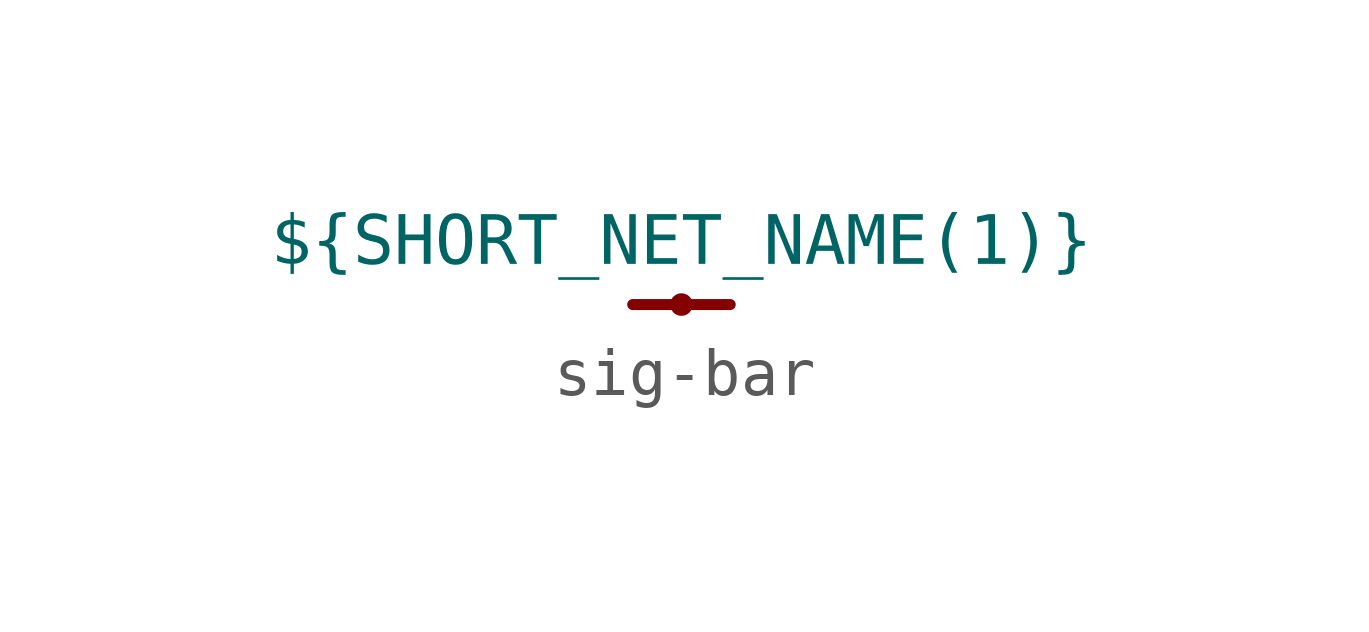
<source format=kicad_sym>
(kicad_symbol_lib
  (version 20241209)
  (generator "kicad_symbol_editor")
  (generator_version "9.0")
  (symbol "sig-bar"
    (pin_numbers
      (hide yes))
    (pin_names
      (hide yes))
    (property "Reference" "#sig"
      (at 0 0 0)
      (effects (font (size 1.27 1.27)) (hide yes)))
    (property "Value" "${SHORT_NET_NAME(1)}"
      (at 0 1.27 0)
      (do_not_autoplace)
      (effects (font (face "Consolas") (size 1.016 1.016) (italic yes))))
    (symbol "sig-bar_0_1"
      (circle (center 0 0) (radius 0.159) (stroke (width 0) (type default)) (fill (type none))))
    (symbol "sig-bar_1_1"
      (polyline (pts (xy 1.016 0) (xy -1.016 0)) (stroke (width 0.229) (type solid)) (fill (type none)))
      (pin passive line (at 0 0 0) (length 0) (hide yes) (name "" (effects (font (size 1.27 1.27)))) (number "1" (effects (font (size 1.27 1.27))))))))
</source>
